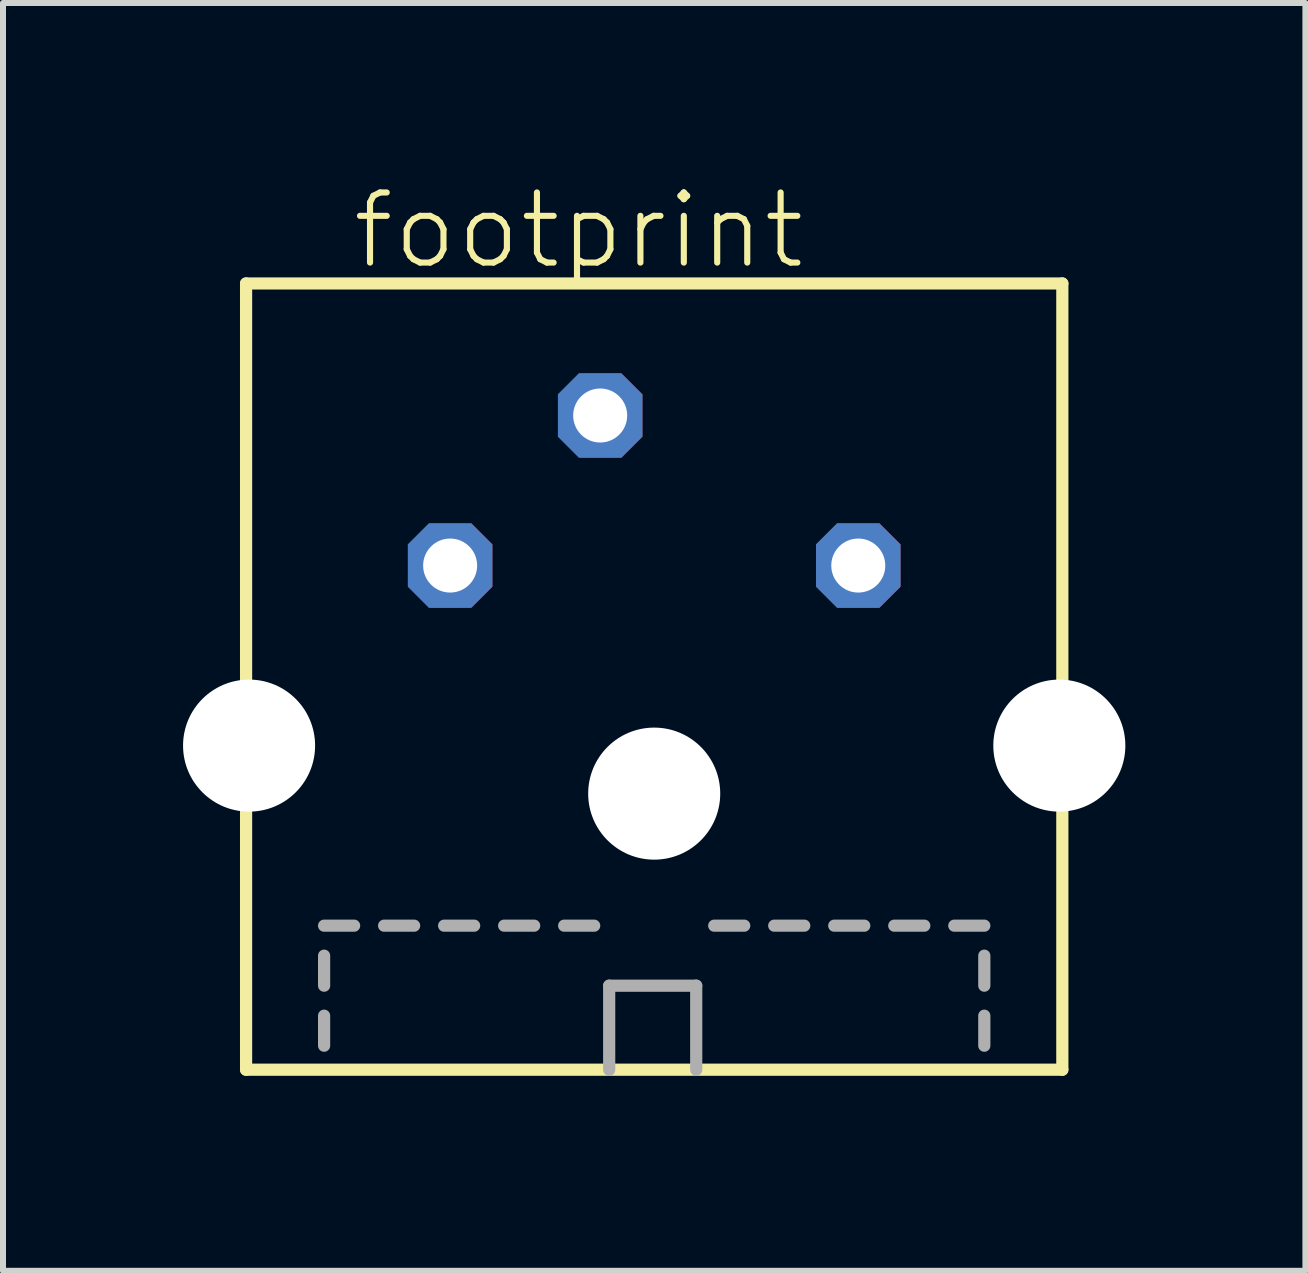
<source format=kicad_pcb>
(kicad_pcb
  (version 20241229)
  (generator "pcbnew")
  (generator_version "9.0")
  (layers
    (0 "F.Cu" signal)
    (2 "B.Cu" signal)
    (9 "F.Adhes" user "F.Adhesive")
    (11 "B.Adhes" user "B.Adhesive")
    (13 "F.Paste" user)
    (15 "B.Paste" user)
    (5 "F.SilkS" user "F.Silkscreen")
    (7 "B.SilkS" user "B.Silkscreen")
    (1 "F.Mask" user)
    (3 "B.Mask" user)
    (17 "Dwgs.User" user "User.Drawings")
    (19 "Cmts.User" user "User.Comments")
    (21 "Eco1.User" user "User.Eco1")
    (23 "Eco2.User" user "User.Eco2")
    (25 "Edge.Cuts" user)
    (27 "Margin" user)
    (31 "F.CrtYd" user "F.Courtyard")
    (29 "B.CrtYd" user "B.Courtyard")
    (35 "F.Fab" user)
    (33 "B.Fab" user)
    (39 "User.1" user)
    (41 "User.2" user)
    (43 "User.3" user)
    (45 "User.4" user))
  (footprint "footprint"
    (layer "F.Cu")
    (at 7.85 14.873)
    (property "Reference" "footprint" (at -5.08 -13.4 0) (layer "F.SilkS") (effects (font (size 1.168 1.168) (thickness 0.102)) (justify left bottom)))
    (fp_line (start -6.8 -13.2) (end -6.8 -0.1) (stroke (width 0.203) (type solid)) (layer "F.SilkS"))
    (fp_line (start -6.8 -0.1) (end 6.8 -0.1) (stroke (width 0.203) (type solid)) (layer "F.SilkS"))
    (fp_line (start 6.8 -13.2) (end -6.8 -13.2) (stroke (width 0.203) (type solid)) (layer "F.SilkS"))
    (fp_line (start 6.8 -0.1) (end 6.8 -13.2) (stroke (width 0.203) (type solid)) (layer "F.SilkS"))
    (fp_line (start -5.5 -2.5) (end -5 -2.5) (stroke (width 0.203) (type solid)) (layer "F.Fab"))
    (fp_line (start -5.5 -1.5) (end -5.5 -2) (stroke (width 0.203) (type solid)) (layer "F.Fab"))
    (fp_line (start -5.5 -0.5) (end -5.5 -1) (stroke (width 0.203) (type solid)) (layer "F.Fab"))
    (fp_line (start -4.5 -2.5) (end -4 -2.5) (stroke (width 0.203) (type solid)) (layer "F.Fab"))
    (fp_line (start -3.5 -2.5) (end -3 -2.5) (stroke (width 0.203) (type solid)) (layer "F.Fab"))
    (fp_line (start -2.5 -2.5) (end -2 -2.5) (stroke (width 0.203) (type solid)) (layer "F.Fab"))
    (fp_line (start -1.5 -2.5) (end -1 -2.5) (stroke (width 0.203) (type solid)) (layer "F.Fab"))
    (fp_line (start -0.75 -1.5) (end 0.7 -1.5) (stroke (width 0.203) (type solid)) (layer "F.Fab"))
    (fp_line (start -0.75 -0.1) (end -0.75 -1.5) (stroke (width 0.203) (type solid)) (layer "F.Fab"))
    (fp_line (start 0.7 -1.5) (end 0.7 -0.1) (stroke (width 0.203) (type solid)) (layer "F.Fab"))
    (fp_line (start 1 -2.5) (end 1.5 -2.5) (stroke (width 0.203) (type solid)) (layer "F.Fab"))
    (fp_line (start 2 -2.5) (end 2.5 -2.5) (stroke (width 0.203) (type solid)) (layer "F.Fab"))
    (fp_line (start 3 -2.5) (end 3.5 -2.5) (stroke (width 0.203) (type solid)) (layer "F.Fab"))
    (fp_line (start 4 -2.5) (end 4.5 -2.5) (stroke (width 0.203) (type solid)) (layer "F.Fab"))
    (fp_line (start 5 -2.5) (end 5.5 -2.5) (stroke (width 0.203) (type solid)) (layer "F.Fab"))
    (fp_line (start 5.5 -1.5) (end 5.5 -2) (stroke (width 0.203) (type solid)) (layer "F.Fab"))
    (fp_line (start 5.5 -0.5) (end 5.5 -1) (stroke (width 0.203) (type solid)) (layer "F.Fab"))
    (pad "" np_thru_hole circle (at -6.75 -5.5) (size 2.2 2.2) (drill 2.2) (layers "*.Cu" "*.Mask"))
    (pad "" np_thru_hole circle (at 0 -4.7) (size 2.2 2.2) (drill 2.2) (layers "*.Cu" "*.Mask"))
    (pad "" np_thru_hole circle (at 6.75 -5.5) (size 2.2 2.2) (drill 2.2) (layers "*.Cu" "*.Mask"))
    (pad "1" thru_hole roundrect (at 3.4 -8.5) (size 1.408 1.408) (drill 0.9) (layers "*.Cu" "*.Mask") (roundrect_rratio 0.25) (chamfer_ratio 0.25) (chamfer top_left top_right bottom_left bottom_right))
    (pad "2" thru_hole roundrect (at -3.4 -8.5) (size 1.408 1.408) (drill 0.9) (layers "*.Cu" "*.Mask") (roundrect_rratio 0.25) (chamfer_ratio 0.25) (chamfer top_left top_right bottom_left bottom_right))
    (pad "3" thru_hole roundrect (at -0.9 -11) (size 1.408 1.408) (drill 0.9) (layers "*.Cu" "*.Mask") (roundrect_rratio 0.25) (chamfer_ratio 0.25) (chamfer top_left top_right bottom_left bottom_right)))
  (gr_rect
    (start -3 -3)
    (end 18.7 18.123)
    (stroke (width 0.1) (type default))
    (fill no)
    (layer "Edge.Cuts")))
</source>
